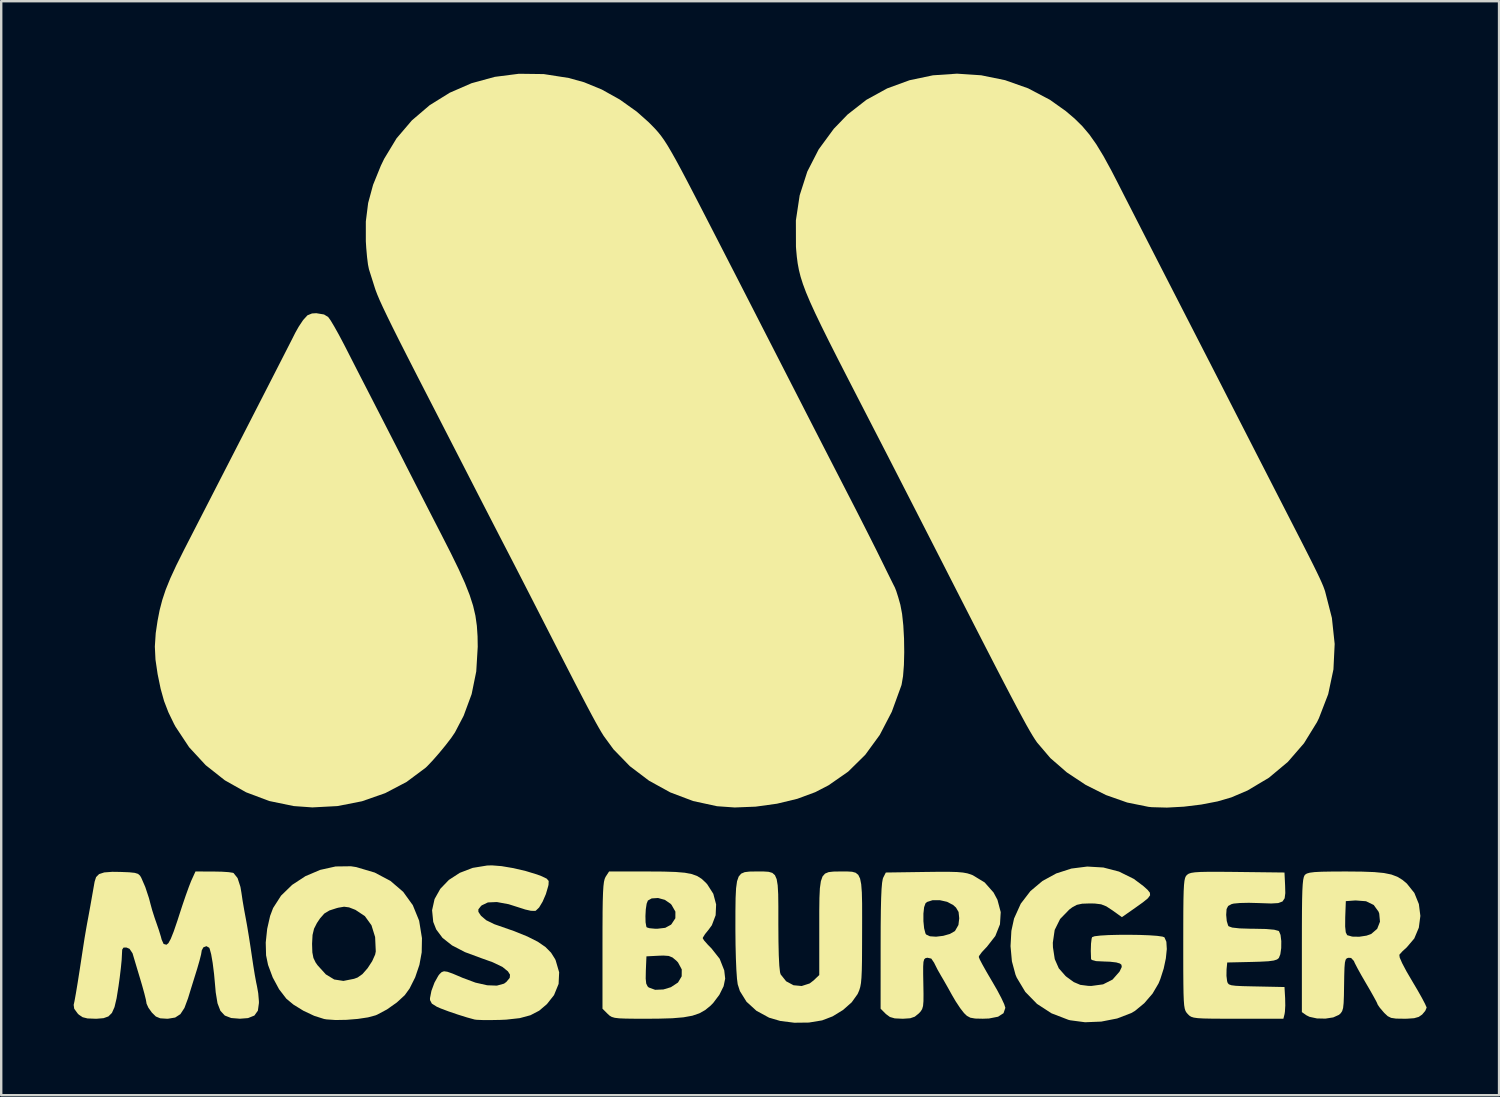
<source format=kicad_pcb>
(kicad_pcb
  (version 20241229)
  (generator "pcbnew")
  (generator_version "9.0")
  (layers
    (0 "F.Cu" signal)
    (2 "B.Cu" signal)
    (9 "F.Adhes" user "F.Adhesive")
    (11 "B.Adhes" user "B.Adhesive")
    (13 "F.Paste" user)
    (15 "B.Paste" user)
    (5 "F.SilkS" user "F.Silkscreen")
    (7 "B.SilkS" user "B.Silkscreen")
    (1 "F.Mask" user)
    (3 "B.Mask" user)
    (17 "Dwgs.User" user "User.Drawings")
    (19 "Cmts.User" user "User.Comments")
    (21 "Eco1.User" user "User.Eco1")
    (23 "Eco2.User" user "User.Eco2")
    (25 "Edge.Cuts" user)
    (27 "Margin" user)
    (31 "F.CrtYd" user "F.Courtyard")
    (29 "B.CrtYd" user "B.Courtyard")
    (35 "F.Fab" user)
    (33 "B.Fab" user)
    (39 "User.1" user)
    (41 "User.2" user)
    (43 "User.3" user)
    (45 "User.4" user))
  (footprint "mos"
    (layer "F.Cu")
    (at 27.99 19.654)
    (property "Reference" "mos" (at 0 0 0) (layer "F.SilkS") (effects (font (size 1.5 1.5) (thickness 0.3))))
    (attr board_only exclude_from_pos_files exclude_from_bom)
    (fp_poly (pts (xy -16.292 13.195) (xy -15.526 13.422) (xy -14.875 13.767) (xy -14.347 14.22) (xy -13.949 14.772) (xy -13.687 15.414) (xy -13.57 16.137) (xy -13.581 16.727) (xy -13.675 17.241) (xy -13.851 17.761) (xy -14.083 18.223) (xy -14.284 18.5) (xy -14.61 18.8) (xy -15.017 19.088) (xy -15.426 19.306) (xy -15.494 19.334) (xy -15.807 19.418) (xy -16.227 19.481) (xy -16.694 19.519) (xy -17.145 19.527) (xy -17.521 19.501) (xy -17.621 19.484) (xy -18.033 19.353) (xy -18.478 19.143) (xy -18.889 18.89) (xy -19.183 18.646) (xy -19.485 18.254) (xy -19.749 17.764) (xy -19.942 17.246) (xy -20.024 16.849) (xy -20.036 16.394) (xy -18.119 16.394) (xy -18.108 16.728) (xy -18.064 16.957) (xy -17.971 17.149) (xy -17.889 17.264) (xy -17.55 17.637) (xy -17.202 17.849) (xy -16.822 17.908) (xy -16.383 17.821) (xy -16.236 17.767) (xy -16.035 17.626) (xy -15.82 17.381) (xy -15.631 17.091) (xy -15.507 16.814) (xy -15.482 16.686) (xy -15.509 16.092) (xy -15.661 15.603) (xy -15.934 15.225) (xy -16.326 14.965) (xy -16.326 14.965) (xy -16.589 14.863) (xy -16.794 14.836) (xy -17.031 14.876) (xy -17.097 14.893) (xy -17.401 14.991) (xy -17.612 15.118) (xy -17.791 15.321) (xy -17.919 15.512) (xy -18.038 15.746) (xy -18.1 16.005) (xy -18.119 16.357) (xy -18.119 16.394) (xy -20.036 16.394) (xy -20.038 16.32) (xy -19.978 15.752) (xy -19.857 15.219) (xy -19.734 14.892) (xy -19.404 14.378) (xy -18.946 13.932) (xy -18.395 13.571) (xy -17.783 13.311) (xy -17.144 13.169) (xy -16.512 13.161)) (stroke (width 0) (type solid)) (fill yes) (layer "F.SilkS"))
    (fp_poly (pts (xy 4.237 13.388) (xy 4.385 13.429) (xy 4.494 13.517) (xy 4.569 13.671) (xy 4.616 13.908) (xy 4.642 14.246) (xy 4.653 14.703) (xy 4.654 15.297) (xy 4.653 15.882) (xy 4.651 16.552) (xy 4.648 17.076) (xy 4.64 17.475) (xy 4.626 17.774) (xy 4.606 17.995) (xy 4.576 18.159) (xy 4.536 18.292) (xy 4.484 18.414) (xy 4.463 18.457) (xy 4.222 18.794) (xy 3.862 19.112) (xy 3.431 19.376) (xy 2.997 19.542) (xy 2.449 19.632) (xy 1.847 19.639) (xy 1.263 19.565) (xy 0.804 19.431) (xy 0.277 19.144) (xy -0.133 18.77) (xy -0.407 18.329) (xy -0.498 18.046) (xy -0.527 17.819) (xy -0.553 17.451) (xy -0.573 16.973) (xy -0.587 16.412) (xy -0.593 15.799) (xy -0.593 15.699) (xy -0.592 15.012) (xy -0.585 14.476) (xy -0.565 14.073) (xy -0.525 13.782) (xy -0.457 13.587) (xy -0.354 13.467) (xy -0.209 13.405) (xy -0.015 13.381) (xy 0.236 13.377) (xy 0.3 13.377) (xy 0.57 13.377) (xy 0.779 13.39) (xy 0.934 13.434) (xy 1.044 13.53) (xy 1.116 13.696) (xy 1.158 13.951) (xy 1.179 14.316) (xy 1.185 14.809) (xy 1.185 15.449) (xy 1.185 15.548) (xy 1.19 16.272) (xy 1.203 16.852) (xy 1.225 17.279) (xy 1.255 17.549) (xy 1.28 17.637) (xy 1.508 17.923) (xy 1.813 18.087) (xy 2.15 18.119) (xy 2.478 18.014) (xy 2.641 17.891) (xy 2.879 17.664) (xy 2.879 15.69) (xy 2.879 15.005) (xy 2.886 14.47) (xy 2.905 14.068) (xy 2.946 13.779) (xy 3.014 13.584) (xy 3.118 13.465) (xy 3.265 13.404) (xy 3.463 13.381) (xy 3.718 13.377) (xy 3.797 13.377) (xy 4.043 13.377)) (stroke (width 0) (type solid)) (fill yes) (layer "F.SilkS"))
    (fp_poly (pts (xy -17.625 -9.684) (xy -17.453 -9.579) (xy -17.358 -9.448) (xy -17.207 -9.197) (xy -17.018 -8.86) (xy -16.81 -8.467) (xy -16.739 -8.33) (xy -16.488 -7.838) (xy -16.193 -7.26) (xy -15.886 -6.664) (xy -15.603 -6.113) (xy -15.551 -6.011) (xy -15.281 -5.486) (xy -14.967 -4.873) (xy -14.641 -4.237) (xy -14.337 -3.641) (xy -14.23 -3.429) (xy -13.949 -2.879) (xy -13.622 -2.239) (xy -13.28 -1.571) (xy -12.953 -0.935) (xy -12.777 -0.593) (xy -12.374 0.198) (xy -12.048 0.866) (xy -11.791 1.435) (xy -11.596 1.93) (xy -11.453 2.374) (xy -11.356 2.791) (xy -11.297 3.205) (xy -11.268 3.641) (xy -11.261 4.074) (xy -11.322 5.095) (xy -11.513 6.034) (xy -11.844 6.93) (xy -12.204 7.62) (xy -12.358 7.847) (xy -12.59 8.149) (xy -12.86 8.477) (xy -13.129 8.784) (xy -13.356 9.023) (xy -13.42 9.083) (xy -14.206 9.669) (xy -15.092 10.134) (xy -16.053 10.47) (xy -17.066 10.669) (xy -18.107 10.724) (xy -18.881 10.669) (xy -19.894 10.459) (xy -20.85 10.099) (xy -21.733 9.601) (xy -22.525 8.975) (xy -23.21 8.233) (xy -23.771 7.386) (xy -23.832 7.274) (xy -24.068 6.787) (xy -24.247 6.322) (xy -24.389 5.813) (xy -24.514 5.207) (xy -24.603 4.604) (xy -24.629 4.065) (xy -24.593 3.51) (xy -24.518 3.006) (xy -24.431 2.557) (xy -24.321 2.135) (xy -24.179 1.708) (xy -23.99 1.242) (xy -23.742 0.705) (xy -23.422 0.064) (xy -23.333 -0.11) (xy -22.8 -1.148) (xy -22.275 -2.17) (xy -21.765 -3.164) (xy -21.275 -4.118) (xy -20.812 -5.02) (xy -20.382 -5.859) (xy -19.991 -6.622) (xy -19.645 -7.298) (xy -19.35 -7.875) (xy -19.112 -8.341) (xy -18.937 -8.684) (xy -18.832 -8.893) (xy -18.812 -8.932) (xy -18.674 -9.177) (xy -18.502 -9.436) (xy -18.483 -9.461) (xy -18.312 -9.649) (xy -18.123 -9.726) (xy -17.945 -9.737)) (stroke (width 0) (type solid)) (fill yes) (layer "F.SilkS"))
    (fp_poly (pts (xy 14.64 13.212) (xy 15.29 13.381) (xy 15.902 13.684) (xy 16.297 13.98) (xy 16.47 14.135) (xy 16.567 14.255) (xy 16.576 14.363) (xy 16.485 14.487) (xy 16.284 14.651) (xy 15.959 14.883) (xy 15.854 14.957) (xy 15.409 15.268) (xy 15.013 14.984) (xy 14.764 14.821) (xy 14.549 14.736) (xy 14.288 14.704) (xy 14.084 14.7) (xy 13.764 14.711) (xy 13.543 14.758) (xy 13.352 14.862) (xy 13.23 14.954) (xy 12.851 15.344) (xy 12.626 15.797) (xy 12.549 16.327) (xy 12.554 16.515) (xy 12.629 17.006) (xy 12.796 17.386) (xy 13.073 17.701) (xy 13.116 17.738) (xy 13.414 17.955) (xy 13.687 18.071) (xy 14.015 18.113) (xy 14.148 18.116) (xy 14.631 18.05) (xy 15.022 17.852) (xy 15.306 17.529) (xy 15.322 17.501) (xy 15.403 17.331) (xy 15.39 17.239) (xy 15.325 17.187) (xy 15.176 17.143) (xy 14.919 17.113) (xy 14.668 17.104) (xy 14.338 17.088) (xy 14.165 17.043) (xy 14.132 16.997) (xy 14.121 16.666) (xy 14.13 16.367) (xy 14.156 16.155) (xy 14.177 16.095) (xy 14.281 16.058) (xy 14.52 16.03) (xy 14.86 16.01) (xy 15.266 16) (xy 15.704 15.998) (xy 16.14 16.004) (xy 16.54 16.019) (xy 16.868 16.042) (xy 17.092 16.074) (xy 17.17 16.104) (xy 17.25 16.287) (xy 17.268 16.589) (xy 17.229 16.972) (xy 17.139 17.397) (xy 17.001 17.828) (xy 16.927 18.01) (xy 16.678 18.433) (xy 16.334 18.832) (xy 15.95 19.149) (xy 15.796 19.239) (xy 15.213 19.463) (xy 14.555 19.592) (xy 13.884 19.619) (xy 13.265 19.537) (xy 13.192 19.518) (xy 12.494 19.249) (xy 11.894 18.859) (xy 11.409 18.362) (xy 11.056 17.774) (xy 11.004 17.651) (xy 10.855 17.097) (xy 10.798 16.469) (xy 10.833 15.836) (xy 10.944 15.325) (xy 11.222 14.71) (xy 11.621 14.19) (xy 12.118 13.771) (xy 12.691 13.458) (xy 13.318 13.256) (xy 13.975 13.173)) (stroke (width 0) (type solid)) (fill yes) (layer "F.SilkS"))
    (fp_poly (pts (xy -10.272 13.156) (xy -9.783 13.239) (xy -9.271 13.359) (xy -8.805 13.501) (xy -8.608 13.576) (xy -8.404 13.675) (xy -8.323 13.771) (xy -8.33 13.922) (xy -8.341 13.977) (xy -8.44 14.315) (xy -8.575 14.627) (xy -8.721 14.87) (xy -8.857 15) (xy -8.878 15.007) (xy -9.055 15.006) (xy -9.3 14.95) (xy -9.365 14.928) (xy -9.981 14.732) (xy -10.47 14.642) (xy -10.84 14.658) (xy -11.096 14.78) (xy -11.136 14.819) (xy -11.235 14.946) (xy -11.234 15.049) (xy -11.13 15.205) (xy -11.124 15.213) (xy -10.91 15.395) (xy -10.568 15.562) (xy -10.453 15.602) (xy -9.754 15.846) (xy -9.202 16.07) (xy -8.776 16.285) (xy -8.457 16.504) (xy -8.225 16.739) (xy -8.06 17.001) (xy -8.036 17.051) (xy -7.89 17.55) (xy -7.913 18.033) (xy -8.102 18.495) (xy -8.397 18.869) (xy -8.716 19.14) (xy -9.079 19.329) (xy -9.523 19.449) (xy -10.083 19.511) (xy -10.329 19.522) (xy -10.717 19.529) (xy -11.055 19.528) (xy -11.298 19.518) (xy -11.388 19.507) (xy -11.705 19.42) (xy -12.084 19.301) (xy -12.466 19.171) (xy -12.79 19.049) (xy -12.954 18.978) (xy -13.16 18.848) (xy -13.236 18.702) (xy -13.238 18.624) (xy -13.178 18.318) (xy -13.052 17.979) (xy -12.893 17.693) (xy -12.837 17.621) (xy -12.752 17.542) (xy -12.657 17.509) (xy -12.518 17.528) (xy -12.3 17.605) (xy -11.969 17.745) (xy -11.896 17.777) (xy -11.354 17.979) (xy -10.871 18.088) (xy -10.469 18.103) (xy -10.172 18.021) (xy -10.075 17.949) (xy -9.936 17.781) (xy -9.925 17.648) (xy -10.012 17.511) (xy -10.242 17.326) (xy -10.641 17.135) (xy -11.091 16.974) (xy -11.786 16.717) (xy -12.324 16.438) (xy -12.718 16.127) (xy -12.98 15.776) (xy -13.103 15.465) (xy -13.151 14.981) (xy -13.048 14.518) (xy -12.81 14.095) (xy -12.457 13.727) (xy -12.004 13.433) (xy -11.47 13.228) (xy -10.873 13.13) (xy -10.673 13.124)) (stroke (width 0) (type solid)) (fill yes) (layer "F.SilkS"))
    (fp_poly (pts (xy 20.046 13.395) (xy 20.201 13.397) (xy 22.14 13.42) (xy 22.166 13.956) (xy 22.174 14.272) (xy 22.147 14.487) (xy 22.058 14.619) (xy 21.882 14.685) (xy 21.593 14.702) (xy 21.164 14.688) (xy 21.086 14.685) (xy 20.663 14.674) (xy 20.299 14.682) (xy 20.038 14.706) (xy 19.952 14.727) (xy 19.808 14.805) (xy 19.743 14.932) (xy 19.727 15.166) (xy 19.727 15.179) (xy 19.75 15.429) (xy 19.805 15.612) (xy 19.829 15.646) (xy 19.975 15.699) (xy 20.284 15.733) (xy 20.751 15.748) (xy 20.87 15.748) (xy 21.37 15.758) (xy 21.714 15.788) (xy 21.895 15.837) (xy 21.912 15.85) (xy 21.977 16.004) (xy 22.008 16.258) (xy 22.005 16.548) (xy 21.968 16.806) (xy 21.907 16.958) (xy 21.832 17.02) (xy 21.696 17.064) (xy 21.471 17.094) (xy 21.127 17.112) (xy 20.786 17.122) (xy 19.77 17.145) (xy 19.742 17.432) (xy 19.738 17.695) (xy 19.764 17.916) (xy 19.79 17.995) (xy 19.84 18.05) (xy 19.942 18.087) (xy 20.122 18.11) (xy 20.409 18.124) (xy 20.83 18.134) (xy 20.977 18.137) (xy 22.14 18.161) (xy 22.167 18.622) (xy 22.173 18.922) (xy 22.159 19.179) (xy 22.144 19.278) (xy 22.095 19.473) (xy 20.206 19.473) (xy 19.594 19.473) (xy 19.128 19.47) (xy 18.786 19.463) (xy 18.546 19.449) (xy 18.383 19.426) (xy 18.276 19.392) (xy 18.202 19.345) (xy 18.138 19.282) (xy 18.133 19.277) (xy 18.083 19.219) (xy 18.042 19.151) (xy 18.011 19.056) (xy 17.987 18.915) (xy 17.971 18.708) (xy 17.96 18.419) (xy 17.954 18.027) (xy 17.95 17.515) (xy 17.949 16.864) (xy 17.949 16.369) (xy 17.95 15.617) (xy 17.952 15.016) (xy 17.957 14.549) (xy 17.966 14.196) (xy 17.98 13.94) (xy 17.999 13.762) (xy 18.025 13.645) (xy 18.058 13.571) (xy 18.101 13.521) (xy 18.106 13.516) (xy 18.173 13.47) (xy 18.274 13.436) (xy 18.43 13.412) (xy 18.664 13.397) (xy 18.997 13.39) (xy 19.45 13.39)) (stroke (width 0) (type solid)) (fill yes) (layer "F.SilkS"))
    (fp_poly (pts (xy -3.574 13.381) (xy -3.071 13.397) (xy -2.687 13.429) (xy -2.395 13.485) (xy -2.17 13.568) (xy -1.987 13.684) (xy -1.82 13.84) (xy -1.761 13.904) (xy -1.508 14.3) (xy -1.391 14.741) (xy -1.411 15.189) (xy -1.568 15.603) (xy -1.702 15.787) (xy -1.852 15.973) (xy -1.938 16.111) (xy -1.946 16.14) (xy -1.889 16.234) (xy -1.741 16.402) (xy -1.581 16.565) (xy -1.244 16.992) (xy -1.055 17.472) (xy -1.016 17.814) (xy -1.081 18.128) (xy -1.256 18.481) (xy -1.511 18.82) (xy -1.622 18.933) (xy -1.843 19.114) (xy -2.086 19.25) (xy -2.377 19.349) (xy -2.743 19.415) (xy -3.21 19.454) (xy -3.805 19.471) (xy -4.21 19.473) (xy -4.742 19.473) (xy -5.131 19.468) (xy -5.404 19.457) (xy -5.589 19.435) (xy -5.712 19.399) (xy -5.8 19.347) (xy -5.88 19.274) (xy -5.888 19.266) (xy -6.096 19.058) (xy -6.096 17.811) (xy -4.307 17.811) (xy -4.286 18.015) (xy -4.229 18.134) (xy -4.179 18.18) (xy -3.917 18.276) (xy -3.575 18.262) (xy -3.264 18.168) (xy -2.969 17.974) (xy -2.817 17.718) (xy -2.814 17.431) (xy -2.968 17.144) (xy -3.036 17.072) (xy -3.195 16.939) (xy -3.353 16.874) (xy -3.576 16.858) (xy -3.777 16.865) (xy -4.276 16.891) (xy -4.301 17.482) (xy -4.307 17.811) (xy -6.096 17.811) (xy -6.096 16.426) (xy -6.095 15.674) (xy -6.092 15.224) (xy -4.318 15.224) (xy -4.312 15.481) (xy -4.281 15.658) (xy -4.262 15.692) (xy -4.149 15.726) (xy -3.932 15.746) (xy -3.823 15.748) (xy -3.498 15.71) (xy -3.267 15.585) (xy -3.244 15.564) (xy -3.079 15.314) (xy -3.077 15.039) (xy -3.238 14.757) (xy -3.276 14.715) (xy -3.513 14.552) (xy -3.795 14.475) (xy -4.059 14.492) (xy -4.216 14.58) (xy -4.268 14.711) (xy -4.303 14.946) (xy -4.318 15.224) (xy -6.092 15.224) (xy -6.092 15.073) (xy -6.085 14.605) (xy -6.073 14.25) (xy -6.057 13.99) (xy -6.035 13.808) (xy -6.005 13.684) (xy -5.968 13.6) (xy -5.959 13.586) (xy -5.823 13.377) (xy -4.221 13.377)) (stroke (width 0) (type solid)) (fill yes) (layer "F.SilkS"))
    (fp_poly (pts (xy 8.265 13.391) (xy 8.589 13.4) (xy 8.827 13.421) (xy 9.009 13.454) (xy 9.161 13.502) (xy 9.239 13.534) (xy 9.727 13.831) (xy 10.096 14.249) (xy 10.256 14.549) (xy 10.392 15.06) (xy 10.361 15.564) (xy 10.168 16.049) (xy 9.815 16.501) (xy 9.79 16.525) (xy 9.613 16.714) (xy 9.502 16.865) (xy 9.483 16.915) (xy 9.524 17.019) (xy 9.638 17.237) (xy 9.806 17.536) (xy 10.012 17.888) (xy 10.033 17.923) (xy 10.244 18.288) (xy 10.417 18.615) (xy 10.536 18.871) (xy 10.583 19.019) (xy 10.583 19.024) (xy 10.508 19.244) (xy 10.282 19.39) (xy 9.904 19.464) (xy 9.649 19.473) (xy 9.335 19.466) (xy 9.135 19.431) (xy 8.992 19.354) (xy 8.874 19.241) (xy 8.718 19.041) (xy 8.53 18.758) (xy 8.379 18.5) (xy 8.204 18.185) (xy 8.032 17.883) (xy 7.921 17.695) (xy 7.774 17.436) (xy 7.65 17.189) (xy 7.637 17.16) (xy 7.518 16.984) (xy 7.357 16.948) (xy 7.35 16.949) (xy 7.274 16.967) (xy 7.223 17.015) (xy 7.193 17.122) (xy 7.181 17.315) (xy 7.181 17.624) (xy 7.188 18.011) (xy 7.195 18.446) (xy 7.193 18.746) (xy 7.176 18.945) (xy 7.138 19.076) (xy 7.075 19.174) (xy 6.995 19.259) (xy 6.833 19.389) (xy 6.644 19.454) (xy 6.361 19.473) (xy 6.308 19.473) (xy 6.004 19.459) (xy 5.804 19.401) (xy 5.643 19.282) (xy 5.626 19.266) (xy 5.419 19.058) (xy 5.42 16.45) (xy 5.422 15.644) (xy 5.428 15.123) (xy 7.191 15.123) (xy 7.191 15.435) (xy 7.22 15.727) (xy 7.275 15.939) (xy 7.303 15.986) (xy 7.46 16.06) (xy 7.714 16.077) (xy 8.009 16.042) (xy 8.287 15.963) (xy 8.489 15.848) (xy 8.5 15.837) (xy 8.641 15.592) (xy 8.674 15.315) (xy 8.647 15.053) (xy 8.54 14.871) (xy 8.422 14.765) (xy 8.172 14.633) (xy 7.869 14.565) (xy 7.573 14.565) (xy 7.342 14.639) (xy 7.279 14.692) (xy 7.22 14.856) (xy 7.191 15.123) (xy 5.428 15.123) (xy 5.429 14.994) (xy 5.441 14.486) (xy 5.458 14.107) (xy 5.481 13.843) (xy 5.51 13.68) (xy 5.528 13.631) (xy 5.635 13.42) (xy 7.251 13.397) (xy 7.829 13.39)) (stroke (width 0) (type solid)) (fill yes) (layer "F.SilkS"))
    (fp_poly (pts (xy 9.583 -19.587) (xy 10.572 -19.385) (xy 11.527 -19.047) (xy 12.429 -18.572) (xy 13.085 -18.106) (xy 13.452 -17.794) (xy 13.772 -17.478) (xy 14.064 -17.133) (xy 14.348 -16.731) (xy 14.644 -16.245) (xy 14.971 -15.647) (xy 15.219 -15.167) (xy 15.541 -14.535) (xy 15.928 -13.779) (xy 16.381 -12.893) (xy 16.903 -11.873) (xy 17.497 -10.715) (xy 18.165 -9.413) (xy 18.52 -8.721) (xy 18.817 -8.142) (xy 19.166 -7.462) (xy 19.54 -6.732) (xy 19.913 -6.001) (xy 20.261 -5.321) (xy 20.363 -5.122) (xy 20.694 -4.476) (xy 21.054 -3.772) (xy 21.421 -3.057) (xy 21.768 -2.379) (xy 22.072 -1.787) (xy 22.163 -1.609) (xy 22.551 -0.852) (xy 22.87 -0.23) (xy 23.126 0.274) (xy 23.328 0.675) (xy 23.483 0.991) (xy 23.6 1.236) (xy 23.686 1.427) (xy 23.75 1.579) (xy 23.798 1.71) (xy 23.821 1.778) (xy 24.103 2.878) (xy 24.218 3.957) (xy 24.167 5.011) (xy 23.95 6.036) (xy 23.567 7.029) (xy 23.485 7.197) (xy 22.947 8.07) (xy 22.28 8.84) (xy 21.497 9.495) (xy 20.612 10.023) (xy 19.939 10.31) (xy 19.369 10.476) (xy 18.694 10.606) (xy 17.974 10.694) (xy 17.272 10.732) (xy 16.648 10.715) (xy 16.51 10.701) (xy 15.628 10.522) (xy 14.75 10.213) (xy 13.906 9.79) (xy 13.128 9.274) (xy 12.447 8.682) (xy 11.895 8.034) (xy 11.817 7.92) (xy 11.72 7.767) (xy 11.602 7.569) (xy 11.458 7.316) (xy 11.284 6.997) (xy 11.073 6.605) (xy 10.822 6.129) (xy 10.525 5.561) (xy 10.177 4.889) (xy 9.774 4.106) (xy 9.31 3.202) (xy 8.781 2.167) (xy 8.181 0.992) (xy 8.064 0.762) (xy 6.877 -1.56) (xy 5.691 -3.875) (xy 4.612 -5.969) (xy 4.098 -6.968) (xy 3.656 -7.831) (xy 3.281 -8.572) (xy 2.967 -9.206) (xy 2.708 -9.745) (xy 2.498 -10.205) (xy 2.332 -10.598) (xy 2.204 -10.94) (xy 2.107 -11.245) (xy 2.037 -11.525) (xy 1.986 -11.796) (xy 1.95 -12.072) (xy 1.923 -12.366) (xy 1.914 -12.488) (xy 1.911 -13.578) (xy 2.068 -14.618) (xy 2.384 -15.601) (xy 2.856 -16.521) (xy 3.48 -17.371) (xy 4.054 -17.965) (xy 4.83 -18.571) (xy 5.691 -19.044) (xy 6.616 -19.382) (xy 7.586 -19.586) (xy 8.582 -19.654)) (stroke (width 0) (type solid)) (fill yes) (layer "F.SilkS"))
    (fp_poly (pts (xy 25.342 13.383) (xy 25.857 13.402) (xy 26.256 13.44) (xy 26.566 13.503) (xy 26.813 13.596) (xy 27.023 13.724) (xy 27.206 13.877) (xy 27.518 14.267) (xy 27.704 14.726) (xy 27.766 15.217) (xy 27.702 15.704) (xy 27.514 16.151) (xy 27.202 16.519) (xy 27.198 16.522) (xy 27.021 16.684) (xy 26.903 16.816) (xy 26.895 16.828) (xy 26.911 16.942) (xy 27.013 17.176) (xy 27.191 17.512) (xy 27.428 17.917) (xy 27.647 18.287) (xy 27.83 18.611) (xy 27.96 18.859) (xy 28.022 19) (xy 28.025 19.015) (xy 27.967 19.15) (xy 27.839 19.301) (xy 27.698 19.398) (xy 27.507 19.452) (xy 27.216 19.472) (xy 27.073 19.473) (xy 26.757 19.468) (xy 26.556 19.438) (xy 26.414 19.367) (xy 26.274 19.236) (xy 26.242 19.2) (xy 26.09 19.022) (xy 26.002 18.896) (xy 25.993 18.871) (xy 25.952 18.779) (xy 25.842 18.575) (xy 25.681 18.29) (xy 25.528 18.028) (xy 25.331 17.689) (xy 25.166 17.391) (xy 25.052 17.171) (xy 25.013 17.082) (xy 24.899 16.958) (xy 24.792 16.95) (xy 24.721 16.971) (xy 24.673 17.028) (xy 24.642 17.148) (xy 24.624 17.36) (xy 24.614 17.692) (xy 24.608 18.063) (xy 24.601 18.512) (xy 24.589 18.823) (xy 24.567 19.028) (xy 24.528 19.159) (xy 24.469 19.246) (xy 24.396 19.312) (xy 24.161 19.418) (xy 23.834 19.469) (xy 23.483 19.461) (xy 23.178 19.395) (xy 23.05 19.332) (xy 22.86 19.199) (xy 22.86 16.421) (xy 22.861 15.658) (xy 24.652 15.658) (xy 24.677 15.896) (xy 24.733 16.009) (xy 24.74 16.015) (xy 24.947 16.074) (xy 25.237 16.079) (xy 25.538 16.033) (xy 25.734 15.962) (xy 25.979 15.75) (xy 26.094 15.456) (xy 26.063 15.12) (xy 26.034 15.04) (xy 25.835 14.764) (xy 25.517 14.609) (xy 25.083 14.576) (xy 25.052 14.578) (xy 24.68 14.605) (xy 24.655 15.275) (xy 24.652 15.658) (xy 22.861 15.658) (xy 22.861 15.649) (xy 22.864 15.03) (xy 22.87 14.545) (xy 22.88 14.177) (xy 22.895 13.909) (xy 22.915 13.724) (xy 22.941 13.605) (xy 22.974 13.533) (xy 22.993 13.51) (xy 23.066 13.462) (xy 23.189 13.427) (xy 23.387 13.402) (xy 23.683 13.387) (xy 24.1 13.38) (xy 24.662 13.377) (xy 24.685 13.377)) (stroke (width 0) (type solid)) (fill yes) (layer "F.SilkS"))
    (fp_poly (pts (xy -22.205 13.379) (xy -21.86 13.386) (xy -21.577 13.404) (xy -21.4 13.431) (xy -21.37 13.442) (xy -21.204 13.65) (xy -21.085 14.017) (xy -21.043 14.266) (xy -20.997 14.579) (xy -20.931 14.965) (xy -20.872 15.282) (xy -20.81 15.621) (xy -20.737 16.061) (xy -20.663 16.538) (xy -20.617 16.849) (xy -20.554 17.27) (xy -20.491 17.659) (xy -20.434 17.969) (xy -20.4 18.128) (xy -20.349 18.416) (xy -20.321 18.745) (xy -20.32 18.822) (xy -20.363 19.138) (xy -20.507 19.341) (xy -20.77 19.447) (xy -21.106 19.473) (xy -21.468 19.444) (xy -21.732 19.342) (xy -21.915 19.145) (xy -22.035 18.832) (xy -22.109 18.381) (xy -22.128 18.161) (xy -22.177 17.624) (xy -22.235 17.162) (xy -22.297 16.804) (xy -22.359 16.577) (xy -22.379 16.534) (xy -22.493 16.469) (xy -22.62 16.518) (xy -22.69 16.65) (xy -22.691 16.67) (xy -22.715 16.813) (xy -22.78 17.069) (xy -22.872 17.389) (xy -22.902 17.486) (xy -23.024 17.878) (xy -23.148 18.277) (xy -23.248 18.604) (xy -23.255 18.627) (xy -23.404 19.027) (xy -23.572 19.284) (xy -23.787 19.424) (xy -24.076 19.472) (xy -24.137 19.473) (xy -24.407 19.456) (xy -24.587 19.382) (xy -24.753 19.218) (xy -24.757 19.213) (xy -24.898 19.014) (xy -24.973 18.847) (xy -24.977 18.818) (xy -25 18.685) (xy -25.063 18.43) (xy -25.156 18.095) (xy -25.234 17.83) (xy -25.348 17.451) (xy -25.449 17.113) (xy -25.524 16.861) (xy -25.553 16.764) (xy -25.677 16.579) (xy -25.804 16.525) (xy -25.927 16.528) (xy -25.981 16.612) (xy -25.992 16.822) (xy -26.003 17.037) (xy -26.036 17.371) (xy -26.084 17.773) (xy -26.132 18.119) (xy -26.213 18.627) (xy -26.299 18.991) (xy -26.406 19.233) (xy -26.552 19.378) (xy -26.753 19.45) (xy -27.028 19.473) (xy -27.112 19.473) (xy -27.418 19.461) (xy -27.618 19.411) (xy -27.775 19.306) (xy -27.822 19.26) (xy -27.967 19.061) (xy -27.99 18.9) (xy -27.955 18.742) (xy -27.899 18.431) (xy -27.824 17.981) (xy -27.734 17.407) (xy -27.63 16.725) (xy -27.597 16.51) (xy -27.539 16.137) (xy -27.474 15.756) (xy -27.435 15.536) (xy -27.377 15.227) (xy -27.307 14.843) (xy -27.22 14.351) (xy -27.123 13.801) (xy -27.062 13.61) (xy -26.938 13.485) (xy -26.724 13.416) (xy -26.392 13.391) (xy -26.052 13.396) (xy -25.691 13.41) (xy -25.461 13.434) (xy -25.325 13.476) (xy -25.244 13.548) (xy -25.194 13.631) (xy -25.025 14.02) (xy -24.872 14.483) (xy -24.807 14.732) (xy -24.738 14.983) (xy -24.636 15.303) (xy -24.569 15.494) (xy -24.465 15.796) (xy -24.38 16.071) (xy -24.347 16.198) (xy -24.266 16.378) (xy -24.148 16.41) (xy -24.068 16.345) (xy -23.97 16.167) (xy -23.848 15.861) (xy -23.694 15.411) (xy -23.639 15.24) (xy -23.493 14.791) (xy -23.349 14.368) (xy -23.221 14.014) (xy -23.126 13.77) (xy -23.111 13.737) (xy -22.947 13.377)) (stroke (width 0) (type solid)) (fill yes) (layer "F.SilkS"))
    (fp_poly (pts (xy -8.529 -19.637) (xy -7.496 -19.476) (xy -6.858 -19.299) (xy -6.123 -18.997) (xy -5.376 -18.58) (xy -4.679 -18.083) (xy -4.206 -17.664) (xy -4.055 -17.514) (xy -3.921 -17.376) (xy -3.798 -17.238) (xy -3.676 -17.087) (xy -3.549 -16.91) (xy -3.41 -16.694) (xy -3.252 -16.427) (xy -3.065 -16.096) (xy -2.844 -15.688) (xy -2.581 -15.19) (xy -2.269 -14.59) (xy -1.9 -13.875) (xy -1.466 -13.032) (xy -1.078 -12.277) (xy -0.908 -11.946) (xy -0.746 -11.63) (xy -0.583 -11.314) (xy -0.413 -10.982) (xy -0.228 -10.621) (xy -0.02 -10.215) (xy 0.218 -9.75) (xy 0.493 -9.212) (xy 0.814 -8.586) (xy 1.187 -7.858) (xy 1.62 -7.012) (xy 2.121 -6.034) (xy 2.284 -5.715) (xy 2.62 -5.059) (xy 2.997 -4.324) (xy 3.387 -3.565) (xy 3.761 -2.838) (xy 4.09 -2.198) (xy 4.132 -2.117) (xy 4.423 -1.55) (xy 4.719 -0.968) (xy 5.001 -0.411) (xy 5.249 0.083) (xy 5.443 0.476) (xy 5.48 0.55) (xy 5.662 0.923) (xy 5.823 1.248) (xy 5.944 1.492) (xy 6.008 1.617) (xy 6.066 1.764) (xy 6.148 2.021) (xy 6.236 2.331) (xy 6.237 2.337) (xy 6.308 2.711) (xy 6.359 3.191) (xy 6.389 3.734) (xy 6.397 4.295) (xy 6.384 4.828) (xy 6.348 5.29) (xy 6.289 5.635) (xy 6.279 5.673) (xy 5.882 6.765) (xy 5.384 7.723) (xy 4.782 8.548) (xy 4.076 9.243) (xy 3.263 9.809) (xy 2.709 10.095) (xy 1.968 10.369) (xy 1.128 10.571) (xy 0.245 10.693) (xy -0.622 10.727) (xy -1.355 10.675) (xy -2.344 10.46) (xy -3.291 10.102) (xy -4.171 9.617) (xy -4.963 9.017) (xy -5.641 8.319) (xy -6.045 7.766) (xy -6.139 7.615) (xy -6.247 7.43) (xy -6.377 7.199) (xy -6.534 6.91) (xy -6.726 6.549) (xy -6.959 6.104) (xy -7.24 5.563) (xy -7.574 4.913) (xy -7.97 4.142) (xy -8.433 3.236) (xy -8.616 2.879) (xy -8.924 2.276) (xy -9.24 1.659) (xy -9.545 1.065) (xy -9.821 0.528) (xy -10.05 0.085) (xy -10.16 -0.127) (xy -10.36 -0.514) (xy -10.616 -1.011) (xy -10.909 -1.579) (xy -11.217 -2.178) (xy -11.519 -2.767) (xy -11.598 -2.921) (xy -11.92 -3.549) (xy -12.276 -4.242) (xy -12.639 -4.948) (xy -12.98 -5.613) (xy -13.274 -6.184) (xy -13.294 -6.223) (xy -13.77 -7.149) (xy -14.173 -7.938) (xy -14.51 -8.602) (xy -14.787 -9.156) (xy -15.01 -9.611) (xy -15.186 -9.98) (xy -15.322 -10.277) (xy -15.422 -10.514) (xy -15.494 -10.704) (xy -15.525 -10.798) (xy -15.625 -11.115) (xy -15.717 -11.405) (xy -15.765 -11.557) (xy -15.804 -11.748) (xy -15.843 -12.058) (xy -15.877 -12.44) (xy -15.894 -12.714) (xy -15.894 -13.535) (xy -15.798 -14.299) (xy -15.594 -15.052) (xy -15.272 -15.845) (xy -15.135 -16.129) (xy -14.622 -16.976) (xy -13.988 -17.719) (xy -13.248 -18.351) (xy -12.418 -18.866) (xy -11.515 -19.259) (xy -10.555 -19.522) (xy -9.555 -19.65)) (stroke (width 0) (type solid)) (fill yes) (layer "F.SilkS")))
  (gr_rect
    (start -3 -3)
    (end 59.014 42.293)
    (stroke (width 0.1) (type default))
    (fill no)
    (layer "Edge.Cuts")))
</source>
